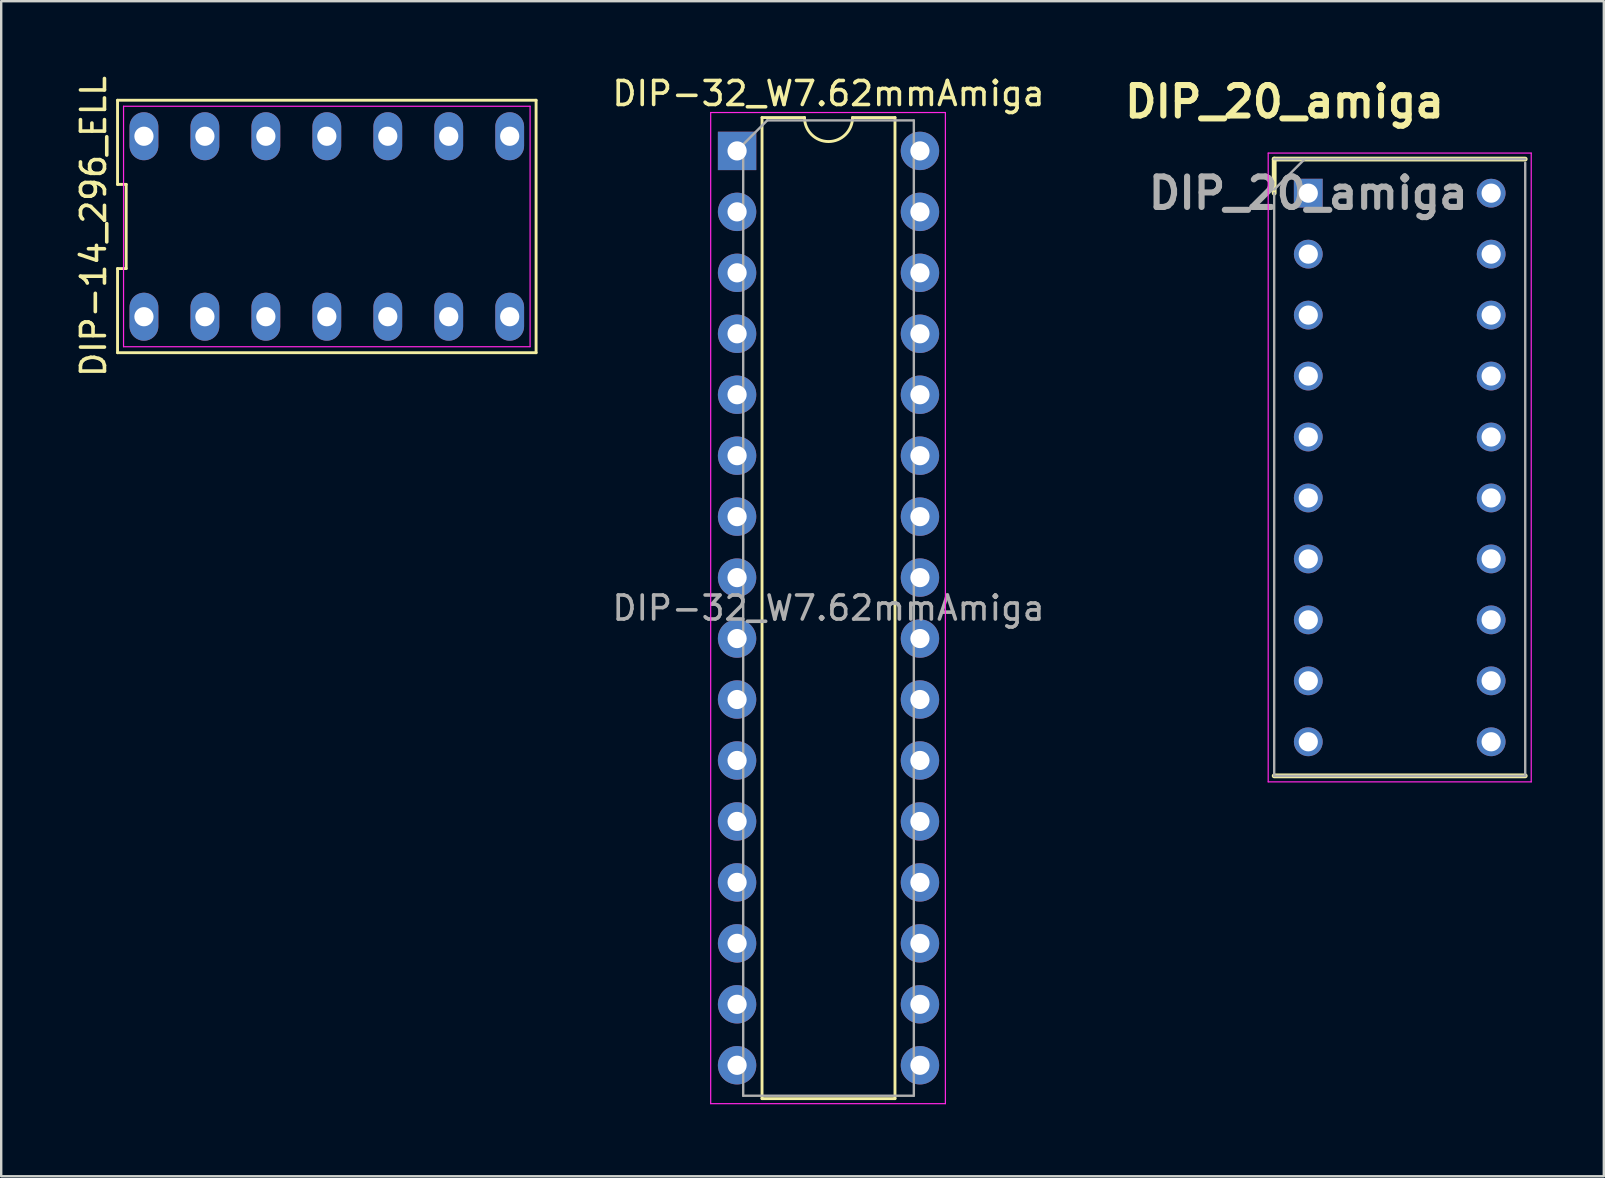
<source format=kicad_pcb>
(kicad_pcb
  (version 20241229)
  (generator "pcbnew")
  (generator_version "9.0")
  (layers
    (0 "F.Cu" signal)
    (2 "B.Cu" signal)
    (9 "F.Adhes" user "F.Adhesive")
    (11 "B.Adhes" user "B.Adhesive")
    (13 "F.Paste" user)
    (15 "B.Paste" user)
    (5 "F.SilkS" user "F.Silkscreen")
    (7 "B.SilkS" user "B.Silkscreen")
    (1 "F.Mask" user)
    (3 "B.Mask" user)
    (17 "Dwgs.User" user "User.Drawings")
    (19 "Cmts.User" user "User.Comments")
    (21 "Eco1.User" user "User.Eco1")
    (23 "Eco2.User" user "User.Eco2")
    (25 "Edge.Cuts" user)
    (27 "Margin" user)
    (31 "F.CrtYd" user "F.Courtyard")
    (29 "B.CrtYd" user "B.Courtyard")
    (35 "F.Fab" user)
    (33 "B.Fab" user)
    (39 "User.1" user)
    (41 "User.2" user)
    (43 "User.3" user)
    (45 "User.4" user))
  (footprint "DIP-32_W7.62mmAmiga"
    (layer "F.Cu")
    (at 27.663 3.238)
    (property "Reference" "DIP-32_W7.62mmAmiga" (at 3.81 -2.39 0) (layer "F.SilkS") (effects (font (size 1 1) (thickness 0.15))))
    (attr through_hole)
    (fp_line (start 1.04 -1.39) (end 1.04 39.49) (stroke (width 0.12) (type solid)) (layer "F.SilkS"))
    (fp_line (start 1.04 39.49) (end 6.58 39.49) (stroke (width 0.12) (type solid)) (layer "F.SilkS"))
    (fp_line (start 2.81 -1.39) (end 1.04 -1.39) (stroke (width 0.12) (type solid)) (layer "F.SilkS"))
    (fp_line (start 6.58 -1.39) (end 4.81 -1.39) (stroke (width 0.12) (type solid)) (layer "F.SilkS"))
    (fp_line (start 6.58 39.49) (end 6.58 -1.39) (stroke (width 0.12) (type solid)) (layer "F.SilkS"))
    (fp_arc (start 4.81 -1.39) (mid 3.81 -0.39) (end 2.81 -1.39) (stroke (width 0.12) (type solid)) (layer "F.SilkS"))
    (fp_line (start -1.1 -1.6) (end -1.1 39.7) (stroke (width 0.05) (type solid)) (layer "F.CrtYd"))
    (fp_line (start -1.1 39.7) (end 8.68 39.7) (stroke (width 0.05) (type solid)) (layer "F.CrtYd"))
    (fp_line (start 8.68 -1.6) (end -1.1 -1.6) (stroke (width 0.05) (type solid)) (layer "F.CrtYd"))
    (fp_line (start 8.68 39.7) (end 8.68 -1.6) (stroke (width 0.05) (type solid)) (layer "F.CrtYd"))
    (fp_line (start 0.255 -0.27) (end 1.255 -1.27) (stroke (width 0.1) (type solid)) (layer "F.Fab"))
    (fp_line (start 0.255 39.37) (end 0.255 -0.27) (stroke (width 0.1) (type solid)) (layer "F.Fab"))
    (fp_line (start 1.255 -1.27) (end 7.365 -1.27) (stroke (width 0.1) (type solid)) (layer "F.Fab"))
    (fp_line (start 7.365 -1.27) (end 7.365 39.37) (stroke (width 0.1) (type solid)) (layer "F.Fab"))
    (fp_line (start 7.365 39.37) (end 0.255 39.37) (stroke (width 0.1) (type solid)) (layer "F.Fab"))
    (fp_text user "${REFERENCE}" (at 3.81 19.05 0) (layer "F.Fab") (effects (font (size 1 1) (thickness 0.15))))
    (pad "1" thru_hole rect (at 0 0) (size 1.6 1.6) (drill 0.8) (layers "*.Cu" "*.Mask"))
    (pad "2" thru_hole oval (at 0 2.54) (size 1.6 1.6) (drill 0.8) (layers "*.Cu" "*.Mask"))
    (pad "3" thru_hole oval (at 0 5.08) (size 1.6 1.6) (drill 0.8) (layers "*.Cu" "*.Mask"))
    (pad "4" thru_hole oval (at 0 7.62) (size 1.6 1.6) (drill 0.8) (layers "*.Cu" "*.Mask"))
    (pad "5" thru_hole oval (at 0 10.16) (size 1.6 1.6) (drill 0.8) (layers "*.Cu" "*.Mask"))
    (pad "6" thru_hole oval (at 0 12.7) (size 1.6 1.6) (drill 0.8) (layers "*.Cu" "*.Mask"))
    (pad "7" thru_hole oval (at 0 15.24) (size 1.6 1.6) (drill 0.8) (layers "*.Cu" "*.Mask"))
    (pad "8" thru_hole oval (at 0 17.78) (size 1.6 1.6) (drill 0.8) (layers "*.Cu" "*.Mask"))
    (pad "9" thru_hole oval (at 0 20.32) (size 1.6 1.6) (drill 0.8) (layers "*.Cu" "*.Mask"))
    (pad "10" thru_hole oval (at 0 22.86) (size 1.6 1.6) (drill 0.8) (layers "*.Cu" "*.Mask"))
    (pad "11" thru_hole oval (at 0 25.4) (size 1.6 1.6) (drill 0.8) (layers "*.Cu" "*.Mask"))
    (pad "12" thru_hole oval (at 0 27.94) (size 1.6 1.6) (drill 0.8) (layers "*.Cu" "*.Mask"))
    (pad "13" thru_hole oval (at 0 30.48) (size 1.6 1.6) (drill 0.8) (layers "*.Cu" "*.Mask"))
    (pad "14" thru_hole oval (at 0 33.02) (size 1.6 1.6) (drill 0.8) (layers "*.Cu" "*.Mask"))
    (pad "15" thru_hole oval (at 0 35.56) (size 1.6 1.6) (drill 0.8) (layers "*.Cu" "*.Mask"))
    (pad "16" thru_hole oval (at 0 38.1) (size 1.6 1.6) (drill 0.8) (layers "*.Cu" "*.Mask"))
    (pad "17" thru_hole oval (at 7.62 38.1) (size 1.6 1.6) (drill 0.8) (layers "*.Cu" "*.Mask"))
    (pad "18" thru_hole oval (at 7.62 35.56) (size 1.6 1.6) (drill 0.8) (layers "*.Cu" "*.Mask"))
    (pad "19" thru_hole oval (at 7.62 33.02) (size 1.6 1.6) (drill 0.8) (layers "*.Cu" "*.Mask"))
    (pad "20" thru_hole oval (at 7.62 30.48) (size 1.6 1.6) (drill 0.8) (layers "*.Cu" "*.Mask"))
    (pad "21" thru_hole oval (at 7.62 27.94) (size 1.6 1.6) (drill 0.8) (layers "*.Cu" "*.Mask"))
    (pad "22" thru_hole oval (at 7.62 25.4) (size 1.6 1.6) (drill 0.8) (layers "*.Cu" "*.Mask"))
    (pad "23" thru_hole oval (at 7.62 22.86) (size 1.6 1.6) (drill 0.8) (layers "*.Cu" "*.Mask"))
    (pad "24" thru_hole oval (at 7.62 20.32) (size 1.6 1.6) (drill 0.8) (layers "*.Cu" "*.Mask"))
    (pad "25" thru_hole oval (at 7.62 17.78) (size 1.6 1.6) (drill 0.8) (layers "*.Cu" "*.Mask"))
    (pad "26" thru_hole oval (at 7.62 15.24) (size 1.6 1.6) (drill 0.8) (layers "*.Cu" "*.Mask"))
    (pad "27" thru_hole oval (at 7.62 12.7) (size 1.6 1.6) (drill 0.8) (layers "*.Cu" "*.Mask"))
    (pad "28" thru_hole oval (at 7.62 10.16) (size 1.6 1.6) (drill 0.8) (layers "*.Cu" "*.Mask"))
    (pad "29" thru_hole oval (at 7.62 7.62) (size 1.6 1.6) (drill 0.8) (layers "*.Cu" "*.Mask"))
    (pad "30" thru_hole oval (at 7.62 5.08) (size 1.6 1.6) (drill 0.8) (layers "*.Cu" "*.Mask"))
    (pad "31" thru_hole oval (at 7.62 2.54) (size 1.6 1.6) (drill 0.8) (layers "*.Cu" "*.Mask"))
    (pad "32" thru_hole oval (at 7.62 0) (size 1.6 1.6) (drill 0.8) (layers "*.Cu" "*.Mask")))
  (footprint "DIP_20_amiga"
    (layer "F.Cu")
    (at 51.464 4.999)
    (property "Reference" "DIP_20_amiga" (at -0.99 -3.81 0) (layer "F.SilkS") (effects (font (size 1.27 1.27) (thickness 0.254))))
    (attr through_hole)
    (fp_line (start -1.42 -1.42) (end -1.42 0) (stroke (width 0.2) (type solid)) (layer "F.SilkS"))
    (fp_line (start -1.42 24.28) (end 9.04 24.28) (stroke (width 0.2) (type solid)) (layer "F.SilkS"))
    (fp_line (start 9.04 -1.42) (end -1.42 -1.42) (stroke (width 0.2) (type solid)) (layer "F.SilkS"))
    (fp_line (start -1.67 -1.67) (end 9.29 -1.67) (stroke (width 0.05) (type solid)) (layer "F.CrtYd"))
    (fp_line (start -1.67 24.53) (end -1.67 -1.67) (stroke (width 0.05) (type solid)) (layer "F.CrtYd"))
    (fp_line (start 9.29 -1.67) (end 9.29 24.53) (stroke (width 0.05) (type solid)) (layer "F.CrtYd"))
    (fp_line (start 9.29 24.53) (end -1.67 24.53) (stroke (width 0.05) (type solid)) (layer "F.CrtYd"))
    (fp_line (start -1.42 -1.42) (end 9.04 -1.42) (stroke (width 0.1) (type solid)) (layer "F.Fab"))
    (fp_line (start -1.42 -0.15) (end -0.15 -1.42) (stroke (width 0.1) (type solid)) (layer "F.Fab"))
    (fp_line (start -1.42 24.28) (end -1.42 0) (stroke (width 0.1) (type solid)) (layer "F.Fab"))
    (fp_line (start 9.04 -1.27) (end 9.04 24.28) (stroke (width 0.1) (type solid)) (layer "F.Fab"))
    (fp_line (start 9.04 24.28) (end -1.42 24.28) (stroke (width 0.1) (type solid)) (layer "F.Fab"))
    (fp_text user "${REFERENCE}" (at 0 0 0) (layer "F.Fab") (effects (font (size 1.27 1.27) (thickness 0.254))))
    (pad "1" thru_hole rect (at 0 0) (size 1.2 1.2) (drill 0.8) (layers "*.Cu" "*.Mask"))
    (pad "2" thru_hole circle (at 0 2.54) (size 1.2 1.2) (drill 0.8) (layers "*.Cu" "*.Mask"))
    (pad "3" thru_hole circle (at 0 5.08) (size 1.2 1.2) (drill 0.8) (layers "*.Cu" "*.Mask"))
    (pad "4" thru_hole circle (at 0 7.62) (size 1.2 1.2) (drill 0.8) (layers "*.Cu" "*.Mask"))
    (pad "5" thru_hole circle (at 0 10.16) (size 1.2 1.2) (drill 0.8) (layers "*.Cu" "*.Mask"))
    (pad "6" thru_hole circle (at 0 12.7) (size 1.2 1.2) (drill 0.8) (layers "*.Cu" "*.Mask"))
    (pad "7" thru_hole circle (at 0 15.24) (size 1.2 1.2) (drill 0.8) (layers "*.Cu" "*.Mask"))
    (pad "8" thru_hole circle (at 0 17.78) (size 1.2 1.2) (drill 0.8) (layers "*.Cu" "*.Mask"))
    (pad "9" thru_hole circle (at 0 20.32) (size 1.2 1.2) (drill 0.8) (layers "*.Cu" "*.Mask"))
    (pad "10" thru_hole circle (at 0 22.86) (size 1.2 1.2) (drill 0.8) (layers "*.Cu" "*.Mask"))
    (pad "11" thru_hole circle (at 7.62 22.86) (size 1.2 1.2) (drill 0.8) (layers "*.Cu" "*.Mask"))
    (pad "12" thru_hole circle (at 7.62 20.32) (size 1.2 1.2) (drill 0.8) (layers "*.Cu" "*.Mask"))
    (pad "13" thru_hole circle (at 7.62 17.78) (size 1.2 1.2) (drill 0.8) (layers "*.Cu" "*.Mask"))
    (pad "14" thru_hole circle (at 7.62 15.24) (size 1.2 1.2) (drill 0.8) (layers "*.Cu" "*.Mask"))
    (pad "15" thru_hole circle (at 7.62 12.7) (size 1.2 1.2) (drill 0.8) (layers "*.Cu" "*.Mask"))
    (pad "16" thru_hole circle (at 7.62 10.16) (size 1.2 1.2) (drill 0.8) (layers "*.Cu" "*.Mask"))
    (pad "17" thru_hole circle (at 7.62 7.62) (size 1.2 1.2) (drill 0.8) (layers "*.Cu" "*.Mask"))
    (pad "18" thru_hole circle (at 7.62 5.08) (size 1.2 1.2) (drill 0.8) (layers "*.Cu" "*.Mask"))
    (pad "19" thru_hole circle (at 7.62 2.54) (size 1.2 1.2) (drill 0.8) (layers "*.Cu" "*.Mask"))
    (pad "20" thru_hole circle (at 7.62 0) (size 1.2 1.2) (drill 0.8) (layers "*.Cu" "*.Mask")))
  (footprint "DIP-14_296_ELL"
    (layer "F.Cu")
    (at 10.568 6.387)
    (property "Reference" "DIP-14_296_ELL" (at -9.72 0 90) (layer "F.SilkS") (effects (font (size 1 1) (thickness 0.15))))
    (attr through_hole)
    (fp_line (start -8.72 -5.26) (end -8.72 -1.753) (stroke (width 0.12) (type solid)) (layer "F.SilkS"))
    (fp_line (start -8.72 -1.753) (end -8.36 -1.753) (stroke (width 0.12) (type solid)) (layer "F.SilkS"))
    (fp_line (start -8.72 1.753) (end -8.72 5.26) (stroke (width 0.12) (type solid)) (layer "F.SilkS"))
    (fp_line (start -8.72 5.26) (end 8.72 5.26) (stroke (width 0.12) (type solid)) (layer "F.SilkS"))
    (fp_line (start -8.36 -1.753) (end -8.36 1.753) (stroke (width 0.12) (type solid)) (layer "F.SilkS"))
    (fp_line (start -8.36 1.753) (end -8.72 1.753) (stroke (width 0.12) (type solid)) (layer "F.SilkS"))
    (fp_line (start 8.72 -5.26) (end -8.72 -5.26) (stroke (width 0.12) (type solid)) (layer "F.SilkS"))
    (fp_line (start 8.72 5.26) (end 8.72 -5.26) (stroke (width 0.12) (type solid)) (layer "F.SilkS"))
    (fp_line (start -8.47 -5.01) (end 8.47 -5.01) (stroke (width 0.05) (type solid)) (layer "F.CrtYd"))
    (fp_line (start -8.47 5.01) (end -8.47 -5.01) (stroke (width 0.05) (type solid)) (layer "F.CrtYd"))
    (fp_line (start 8.47 -5.01) (end 8.47 5.01) (stroke (width 0.05) (type solid)) (layer "F.CrtYd"))
    (fp_line (start 8.47 5.01) (end -8.47 5.01) (stroke (width 0.05) (type solid)) (layer "F.CrtYd"))
    (pad "1" thru_hole oval (at -7.62 3.76) (size 1.2 2) (drill 0.8) (layers "*.Cu" "*.Mask"))
    (pad "2" thru_hole oval (at -5.08 3.76) (size 1.2 2) (drill 0.8) (layers "*.Cu" "*.Mask"))
    (pad "3" thru_hole oval (at -2.54 3.76) (size 1.2 2) (drill 0.8) (layers "*.Cu" "*.Mask"))
    (pad "4" thru_hole oval (at 0 3.76) (size 1.2 2) (drill 0.8) (layers "*.Cu" "*.Mask"))
    (pad "5" thru_hole oval (at 2.54 3.76) (size 1.2 2) (drill 0.8) (layers "*.Cu" "*.Mask"))
    (pad "6" thru_hole oval (at 5.08 3.76) (size 1.2 2) (drill 0.8) (layers "*.Cu" "*.Mask"))
    (pad "7" thru_hole oval (at 7.62 3.76) (size 1.2 2) (drill 0.8) (layers "*.Cu" "*.Mask"))
    (pad "8" thru_hole oval (at 7.62 -3.76) (size 1.2 2) (drill 0.8) (layers "*.Cu" "*.Mask"))
    (pad "9" thru_hole oval (at 5.08 -3.76) (size 1.2 2) (drill 0.8) (layers "*.Cu" "*.Mask"))
    (pad "10" thru_hole oval (at 2.54 -3.76) (size 1.2 2) (drill 0.8) (layers "*.Cu" "*.Mask"))
    (pad "11" thru_hole oval (at 0 -3.76) (size 1.2 2) (drill 0.8) (layers "*.Cu" "*.Mask"))
    (pad "12" thru_hole oval (at -2.54 -3.76) (size 1.2 2) (drill 0.8) (layers "*.Cu" "*.Mask"))
    (pad "13" thru_hole oval (at -5.08 -3.76) (size 1.2 2) (drill 0.8) (layers "*.Cu" "*.Mask"))
    (pad "14" thru_hole oval (at -7.62 -3.76) (size 1.2 2) (drill 0.8) (layers "*.Cu" "*.Mask")))
  (gr_rect
    (start -3 -3)
    (end 63.779 45.963)
    (stroke (width 0.1) (type default))
    (fill no)
    (layer "Edge.Cuts")))
</source>
